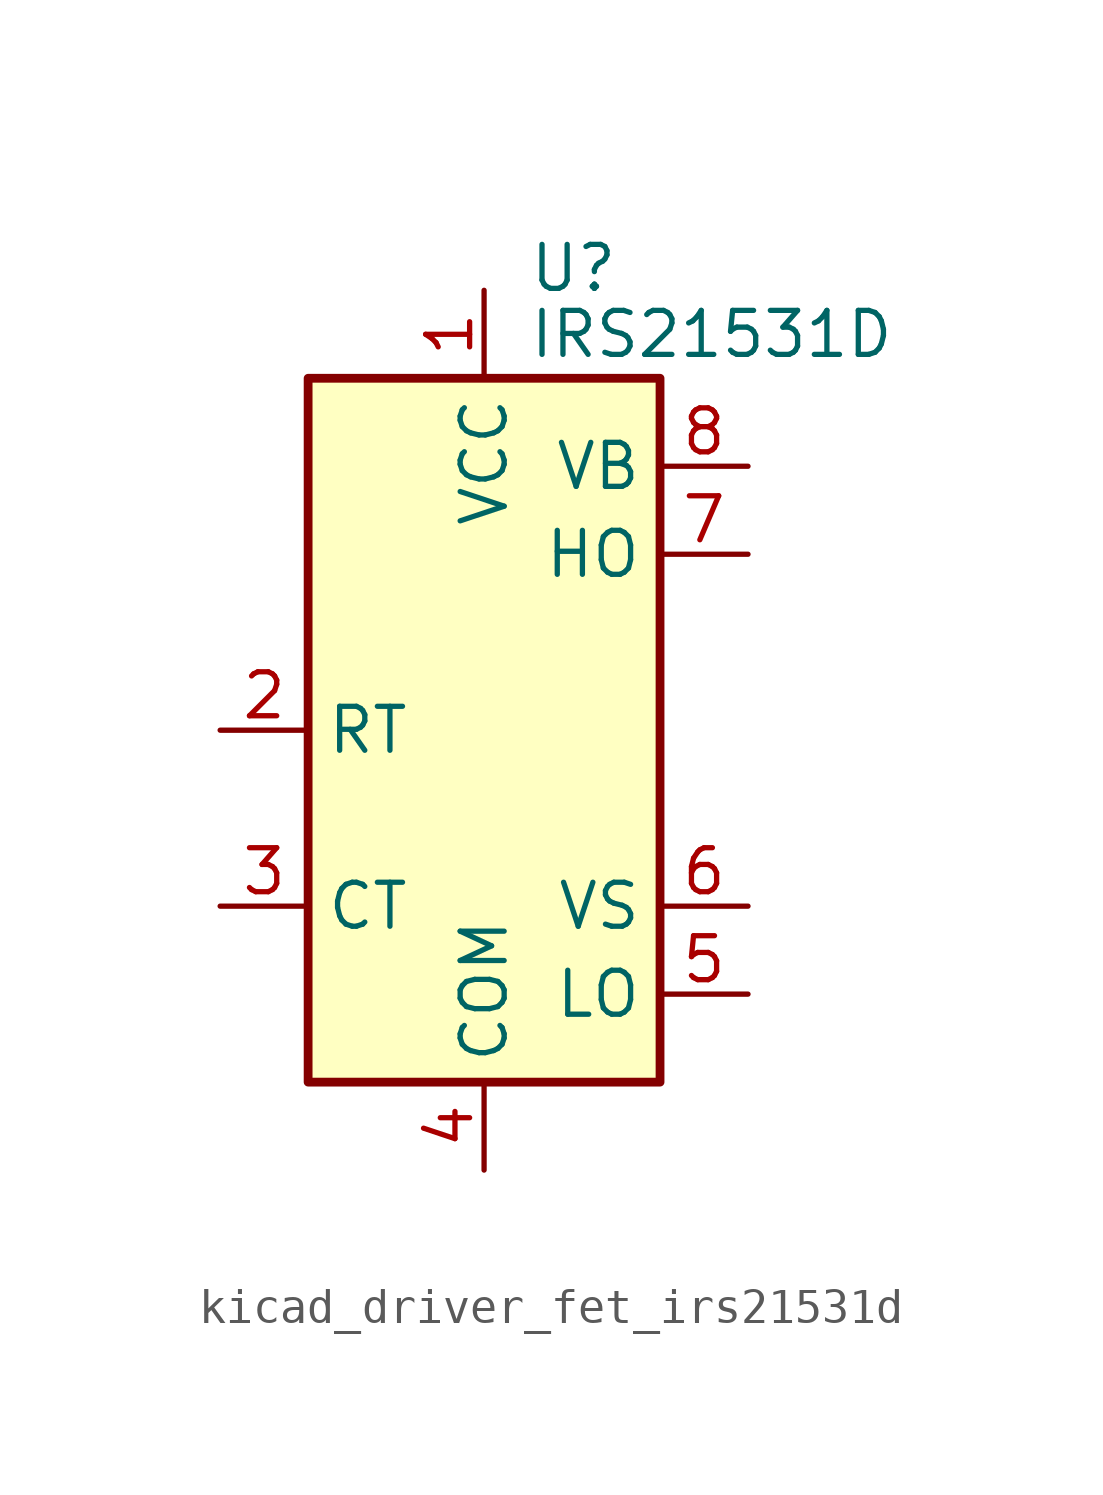
<source format=kicad_sym>
(kicad_symbol_lib
  (version 20220914)
  (generator kicad_symbol_editor)
  (symbol "kicad_driver_fet_irs21531d"
    (property "Reference" "U"
      (at 1.27 13.335 0)
      (effects (font (size 1.27 1.27)) (justify left)))
    (property "Value" "IRS21531D"
      (at 1.27 11.43 0)
      (effects (font (size 1.27 1.27)) (justify left)))
    (symbol "kicad_driver_fet_irs21531d_0_1"
      (rectangle (start -5.08 -10.16) (end 5.08 10.16) (stroke (width 0.254) (type default)) (fill (type background))))
    (symbol "kicad_driver_fet_irs21531d_1_1"
      (pin power_in line (at 0 12.7 270) (length 2.54) (name "VCC" (effects (font (size 1.27 1.27)))) (number "1" (effects (font (size 1.27 1.27)))))
      (pin passive line (at -7.62 0 0) (length 2.54) (name "RT" (effects (font (size 1.27 1.27)))) (number "2" (effects (font (size 1.27 1.27)))))
      (pin passive line (at -7.62 -5.08 0) (length 2.54) (name "CT" (effects (font (size 1.27 1.27)))) (number "3" (effects (font (size 1.27 1.27)))))
      (pin power_in line (at 0 -12.7 90) (length 2.54) (name "COM" (effects (font (size 1.27 1.27)))) (number "4" (effects (font (size 1.27 1.27)))))
      (pin output line (at 7.62 -7.62 180) (length 2.54) (name "LO" (effects (font (size 1.27 1.27)))) (number "5" (effects (font (size 1.27 1.27)))))
      (pin passive line (at 7.62 -5.08 180) (length 2.54) (name "VS" (effects (font (size 1.27 1.27)))) (number "6" (effects (font (size 1.27 1.27)))))
      (pin output line (at 7.62 5.08 180) (length 2.54) (name "HO" (effects (font (size 1.27 1.27)))) (number "7" (effects (font (size 1.27 1.27)))))
      (pin passive line (at 7.62 7.62 180) (length 2.54) (name "VB" (effects (font (size 1.27 1.27)))) (number "8" (effects (font (size 1.27 1.27))))))))
</source>
